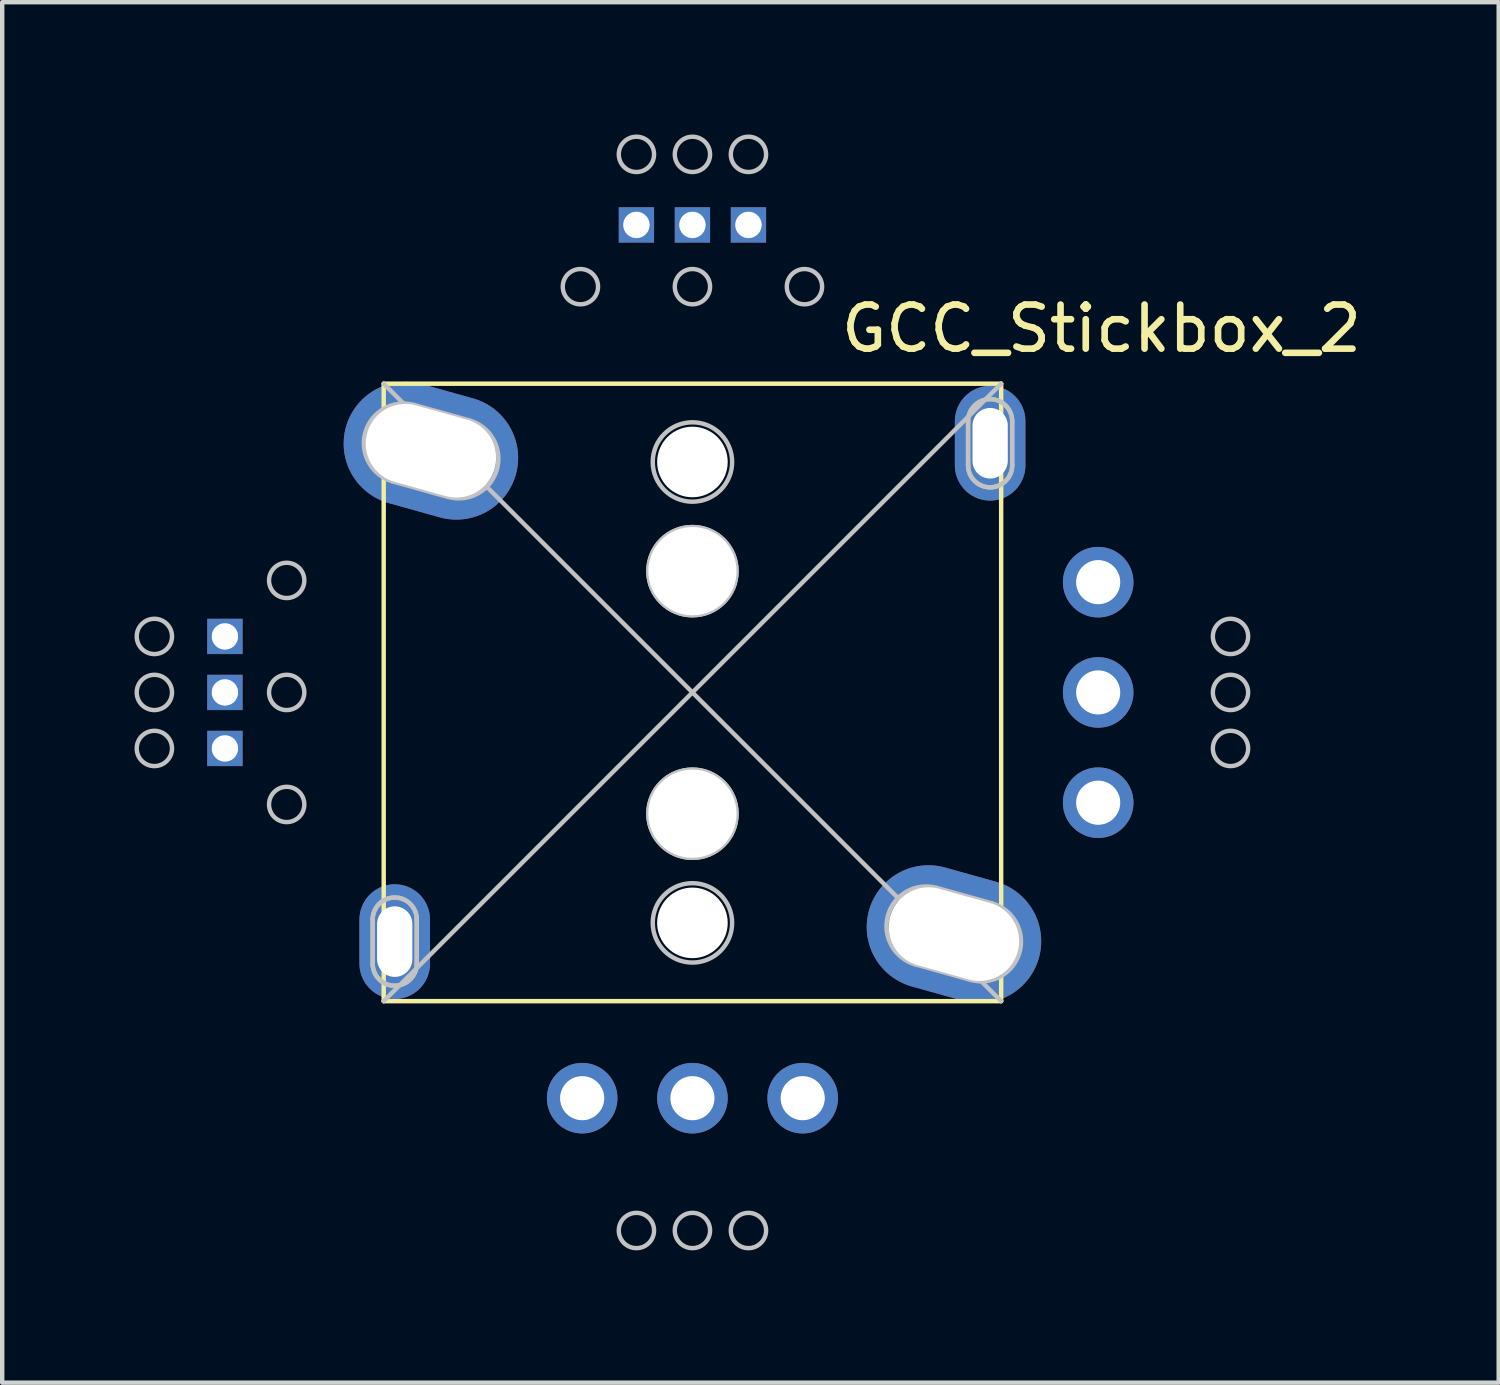
<source format=kicad_pcb>
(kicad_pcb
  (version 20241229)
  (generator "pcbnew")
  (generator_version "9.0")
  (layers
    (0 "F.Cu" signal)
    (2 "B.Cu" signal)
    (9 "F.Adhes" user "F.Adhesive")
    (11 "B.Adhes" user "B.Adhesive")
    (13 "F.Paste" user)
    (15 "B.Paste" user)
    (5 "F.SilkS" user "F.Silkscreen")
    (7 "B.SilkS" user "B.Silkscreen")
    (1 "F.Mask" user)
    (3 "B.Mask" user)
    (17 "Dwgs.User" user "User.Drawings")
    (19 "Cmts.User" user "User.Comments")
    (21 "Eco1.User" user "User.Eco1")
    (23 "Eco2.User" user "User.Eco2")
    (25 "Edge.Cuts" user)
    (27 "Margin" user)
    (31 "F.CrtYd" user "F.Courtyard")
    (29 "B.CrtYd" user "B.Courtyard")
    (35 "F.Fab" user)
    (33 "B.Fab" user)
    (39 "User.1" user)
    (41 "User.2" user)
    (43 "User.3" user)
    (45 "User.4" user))
  (footprint "GCC_Stickbox_2"
    (layer "F.Cu")
    (at 12.65 12.65)
    (property "Reference" "GCC_Stickbox_2" (at 9.275 -8.25 180) (layer "F.SilkS") (effects (font (size 1 1) (thickness 0.15))))
    (attr through_hole)
    (fp_line (start -7 -7) (end -7 7) (stroke (width 0.1) (type solid)) (layer "F.SilkS"))
    (fp_line (start -7 -7) (end 7 -7) (stroke (width 0.1) (type solid)) (layer "F.SilkS"))
    (fp_line (start -7 7) (end 7 7) (stroke (width 0.1) (type solid)) (layer "F.SilkS"))
    (fp_line (start 7 -7) (end 7 7) (stroke (width 0.1) (type solid)) (layer "F.SilkS"))
    (fp_line (start -7.25 5.15) (end -7.25 6.15) (stroke (width 0.1) (type solid)) (layer "Dwgs.User"))
    (fp_line (start -7.25 5.15) (end -7.25 6.15) (stroke (width 0.1) (type solid)) (layer "Dwgs.User"))
    (fp_line (start -7 -7) (end 7 7) (stroke (width 0.1) (type solid)) (layer "Dwgs.User"))
    (fp_line (start -6.793 -4.783) (end -5.543 -4.433) (stroke (width 0.1) (type solid)) (layer "Dwgs.User"))
    (fp_line (start -6.25 5.15) (end -6.25 6.15) (stroke (width 0.1) (type solid)) (layer "Dwgs.User"))
    (fp_line (start -6.25 6.15) (end -6.25 5.15) (stroke (width 0.1) (type solid)) (layer "Dwgs.User"))
    (fp_line (start -5.057 -6.167) (end -6.307 -6.517) (stroke (width 0.1) (type solid)) (layer "Dwgs.User"))
    (fp_line (start 5.057 6.167) (end 6.307 6.517) (stroke (width 0.1) (type solid)) (layer "Dwgs.User"))
    (fp_line (start 6.25 -6.15) (end 6.25 -5.15) (stroke (width 0.1) (type solid)) (layer "Dwgs.User"))
    (fp_line (start 6.25 -6.15) (end 6.25 -5.15) (stroke (width 0.1) (type solid)) (layer "Dwgs.User"))
    (fp_line (start 6.793 4.783) (end 5.543 4.433) (stroke (width 0.1) (type solid)) (layer "Dwgs.User"))
    (fp_line (start 7 -7) (end -7 7) (stroke (width 0.1) (type solid)) (layer "Dwgs.User"))
    (fp_line (start 7.25 -6.15) (end 7.25 -5.15) (stroke (width 0.1) (type solid)) (layer "Dwgs.User"))
    (fp_line (start 7.25 -5.15) (end 7.25 -6.15) (stroke (width 0.1) (type solid)) (layer "Dwgs.User"))
    (fp_arc (start -7.25 5.15) (mid -6.75 4.65) (end -6.25 5.15) (stroke (width 0.1) (type solid)) (layer "Dwgs.User"))
    (fp_arc (start -7.25 5.15) (mid -6.75 4.65) (end -6.25 5.15) (stroke (width 0.1) (type solid)) (layer "Dwgs.User"))
    (fp_arc (start -6.792666 -4.783332) (mid -7.416668 -5.892666) (end -6.307334 -6.516668) (stroke (width 0.1) (type solid)) (layer "Dwgs.User"))
    (fp_arc (start -6.25 6.15) (mid -6.75 6.65) (end -7.25 6.15) (stroke (width 0.1) (type solid)) (layer "Dwgs.User"))
    (fp_arc (start -6.25 6.15) (mid -6.75 6.65) (end -7.25 6.15) (stroke (width 0.1) (type solid)) (layer "Dwgs.User"))
    (fp_arc (start -5.057333 -6.166667) (mid -4.433333 -5.057333) (end -5.542667 -4.433333) (stroke (width 0.1) (type solid)) (layer "Dwgs.User"))
    (fp_arc (start 5.057334 6.166668) (mid 4.433332 5.057334) (end 5.542666 4.433332) (stroke (width 0.1) (type solid)) (layer "Dwgs.User"))
    (fp_arc (start 6.25 -6.15) (mid 6.75 -6.65) (end 7.25 -6.15) (stroke (width 0.1) (type solid)) (layer "Dwgs.User"))
    (fp_arc (start 6.25 -6.15) (mid 6.75 -6.65) (end 7.25 -6.15) (stroke (width 0.1) (type solid)) (layer "Dwgs.User"))
    (fp_arc (start 6.792667 4.783333) (mid 7.416667 5.892667) (end 6.307333 6.516667) (stroke (width 0.1) (type solid)) (layer "Dwgs.User"))
    (fp_arc (start 7.25 -5.15) (mid 6.75 -4.65) (end 6.25 -5.15) (stroke (width 0.1) (type solid)) (layer "Dwgs.User"))
    (fp_arc (start 7.25 -5.15) (mid 6.75 -4.65) (end 6.25 -5.15) (stroke (width 0.1) (type solid)) (layer "Dwgs.User"))
    (fp_circle (center -12.2 -1.27) (end -11.8 -1.27) (stroke (width 0.1) (type solid)) (fill no) (layer "Dwgs.User"))
    (fp_circle (center -12.2 0) (end -11.8 0) (stroke (width 0.1) (type solid)) (fill no) (layer "Dwgs.User"))
    (fp_circle (center -12.2 1.27) (end -11.8 1.27) (stroke (width 0.1) (type solid)) (fill no) (layer "Dwgs.User"))
    (fp_circle (center -9.2 -2.54) (end -8.8 -2.54) (stroke (width 0.1) (type solid)) (fill no) (layer "Dwgs.User"))
    (fp_circle (center -9.2 0) (end -8.8 0) (stroke (width 0.1) (type solid)) (fill no) (layer "Dwgs.User"))
    (fp_circle (center -9.2 2.54) (end -8.8 2.54) (stroke (width 0.1) (type solid)) (fill no) (layer "Dwgs.User"))
    (fp_circle (center -2.54 -9.2) (end -2.14 -9.2) (stroke (width 0.1) (type solid)) (fill no) (layer "Dwgs.User"))
    (fp_circle (center -2.54 9.2) (end -2.14 9.2) (stroke (width 0.1) (type solid)) (fill no) (layer "Dwgs.User"))
    (fp_circle (center -2.54 9.2) (end -2.14 9.2) (stroke (width 0.1) (type solid)) (fill no) (layer "Dwgs.User"))
    (fp_circle (center -1.27 -12.2) (end -0.87 -12.2) (stroke (width 0.1) (type solid)) (fill no) (layer "Dwgs.User"))
    (fp_circle (center -1.27 12.2) (end -0.87 12.2) (stroke (width 0.1) (type solid)) (fill no) (layer "Dwgs.User"))
    (fp_circle (center 0 -12.2) (end 0.4 -12.2) (stroke (width 0.1) (type solid)) (fill no) (layer "Dwgs.User"))
    (fp_circle (center 0 -9.2) (end 0.4 -9.2) (stroke (width 0.1) (type solid)) (fill no) (layer "Dwgs.User"))
    (fp_circle (center 0 -5.225) (end 0.9 -5.225) (stroke (width 0.1) (type solid)) (fill no) (layer "Dwgs.User"))
    (fp_circle (center 0 -2.75) (end 1 -2.75) (stroke (width 0.1) (type solid)) (fill no) (layer "Dwgs.User"))
    (fp_circle (center 0 -2.75) (end 1 -2.75) (stroke (width 0.1) (type solid)) (fill no) (layer "Dwgs.User"))
    (fp_circle (center 0 2.75) (end 1 2.75) (stroke (width 0.1) (type solid)) (fill no) (layer "Dwgs.User"))
    (fp_circle (center 0 2.75) (end 1 2.75) (stroke (width 0.1) (type solid)) (fill no) (layer "Dwgs.User"))
    (fp_circle (center 0 5.225) (end 0.9 5.225) (stroke (width 0.1) (type solid)) (fill no) (layer "Dwgs.User"))
    (fp_circle (center 0 9.2) (end 0.4 9.2) (stroke (width 0.1) (type solid)) (fill no) (layer "Dwgs.User"))
    (fp_circle (center 0 9.2) (end 0.4 9.2) (stroke (width 0.1) (type solid)) (fill no) (layer "Dwgs.User"))
    (fp_circle (center 0 12.2) (end 0.4 12.2) (stroke (width 0.1) (type solid)) (fill no) (layer "Dwgs.User"))
    (fp_circle (center 1.27 -12.2) (end 1.67 -12.2) (stroke (width 0.1) (type solid)) (fill no) (layer "Dwgs.User"))
    (fp_circle (center 1.27 12.2) (end 1.67 12.2) (stroke (width 0.1) (type solid)) (fill no) (layer "Dwgs.User"))
    (fp_circle (center 2.54 -9.2) (end 2.94 -9.2) (stroke (width 0.1) (type solid)) (fill no) (layer "Dwgs.User"))
    (fp_circle (center 2.54 9.2) (end 2.94 9.2) (stroke (width 0.1) (type solid)) (fill no) (layer "Dwgs.User"))
    (fp_circle (center 2.54 9.2) (end 2.94 9.2) (stroke (width 0.1) (type solid)) (fill no) (layer "Dwgs.User"))
    (fp_circle (center 9.2 -2.54) (end 9.6 -2.54) (stroke (width 0.1) (type solid)) (fill no) (layer "Dwgs.User"))
    (fp_circle (center 9.2 -2.54) (end 9.6 -2.54) (stroke (width 0.1) (type solid)) (fill no) (layer "Dwgs.User"))
    (fp_circle (center 9.2 0) (end 9.6 0) (stroke (width 0.1) (type solid)) (fill no) (layer "Dwgs.User"))
    (fp_circle (center 9.2 0) (end 9.6 0) (stroke (width 0.1) (type solid)) (fill no) (layer "Dwgs.User"))
    (fp_circle (center 9.2 2.54) (end 9.6 2.54) (stroke (width 0.1) (type solid)) (fill no) (layer "Dwgs.User"))
    (fp_circle (center 9.2 2.54) (end 9.6 2.54) (stroke (width 0.1) (type solid)) (fill no) (layer "Dwgs.User"))
    (fp_circle (center 12.2 -1.27) (end 12.6 -1.27) (stroke (width 0.1) (type solid)) (fill no) (layer "Dwgs.User"))
    (fp_circle (center 12.2 0) (end 12.6 0) (stroke (width 0.1) (type solid)) (fill no) (layer "Dwgs.User"))
    (fp_circle (center 12.2 1.27) (end 12.6 1.27) (stroke (width 0.1) (type solid)) (fill no) (layer "Dwgs.User"))
    (pad "" thru_hole oval (at -6.75 5.65) (size 1.6 2.6) (drill oval 0.8 1.6) (layers "*.Cu" "*.Mask"))
    (pad "" thru_hole oval (at -5.93 -5.48 74.4) (size 2.8 4) (drill oval 1.8 3) (layers "*.Cu" "*.Mask"))
    (pad "" np_thru_hole circle (at 0 -5.225) (size 1.6 1.6) (drill 1.6) (layers "*.Cu" "*.Mask"))
    (pad "" np_thru_hole circle (at 0 -2.75) (size 2 2) (drill 2) (layers "*.Cu" "*.Mask"))
    (pad "" np_thru_hole circle (at 0 2.75) (size 2 2) (drill 2) (layers "*.Cu" "*.Mask"))
    (pad "" np_thru_hole circle (at 0 5.225) (size 1.6 1.6) (drill 1.6) (layers "*.Cu" "*.Mask"))
    (pad "" thru_hole oval (at 5.93 5.48 74.4) (size 2.8 4) (drill oval 1.8 3) (layers "*.Cu" "*.Mask"))
    (pad "" thru_hole oval (at 6.75 -5.65) (size 1.6 2.6) (drill oval 0.8 1.6) (layers "*.Cu" "*.Mask"))
    (pad "1" thru_hole trapezoid (at 1.27 -10.6) (size 0.8 0.8) (drill 0.6) (layers "*.Cu" "*.Mask"))
    (pad "2" thru_hole trapezoid (at 0 -10.6) (size 0.8 0.8) (drill 0.6) (layers "*.Cu" "*.Mask"))
    (pad "3" thru_hole trapezoid (at -1.27 -10.6) (size 0.8 0.8) (drill 0.6) (layers "*.Cu" "*.Mask"))
    (pad "4" thru_hole trapezoid (at -10.6 -1.27) (size 0.8 0.8) (drill 0.6) (layers "*.Cu" "*.Mask"))
    (pad "5" thru_hole trapezoid (at -10.6 0) (size 0.8 0.8) (drill 0.6) (layers "*.Cu" "*.Mask"))
    (pad "6" thru_hole trapezoid (at -10.6 1.27) (size 0.8 0.8) (drill 0.6) (layers "*.Cu" "*.Mask"))
    (pad "13" thru_hole circle (at -2.5 9.2) (size 1.6 1.6) (drill 1) (layers "*.Cu" "*.Mask"))
    (pad "14" thru_hole circle (at 0 9.2) (size 1.6 1.6) (drill 1) (layers "*.Cu" "*.Mask"))
    (pad "15" thru_hole circle (at 2.5 9.2) (size 1.6 1.6) (drill 1) (layers "*.Cu" "*.Mask"))
    (pad "16" thru_hole circle (at 9.2 2.5 270) (size 1.6 1.6) (drill 1) (layers "*.Cu" "*.Mask"))
    (pad "17" thru_hole circle (at 9.2 0 270) (size 1.6 1.6) (drill 1) (layers "*.Cu" "*.Mask"))
    (pad "18" thru_hole circle (at 9.2 -2.5 270) (size 1.6 1.6) (drill 1) (layers "*.Cu" "*.Mask")))
  (gr_rect
    (start -3 -3)
    (end 30.931 28.3)
    (stroke (width 0.1) (type default))
    (fill no)
    (layer "Edge.Cuts")))
</source>
